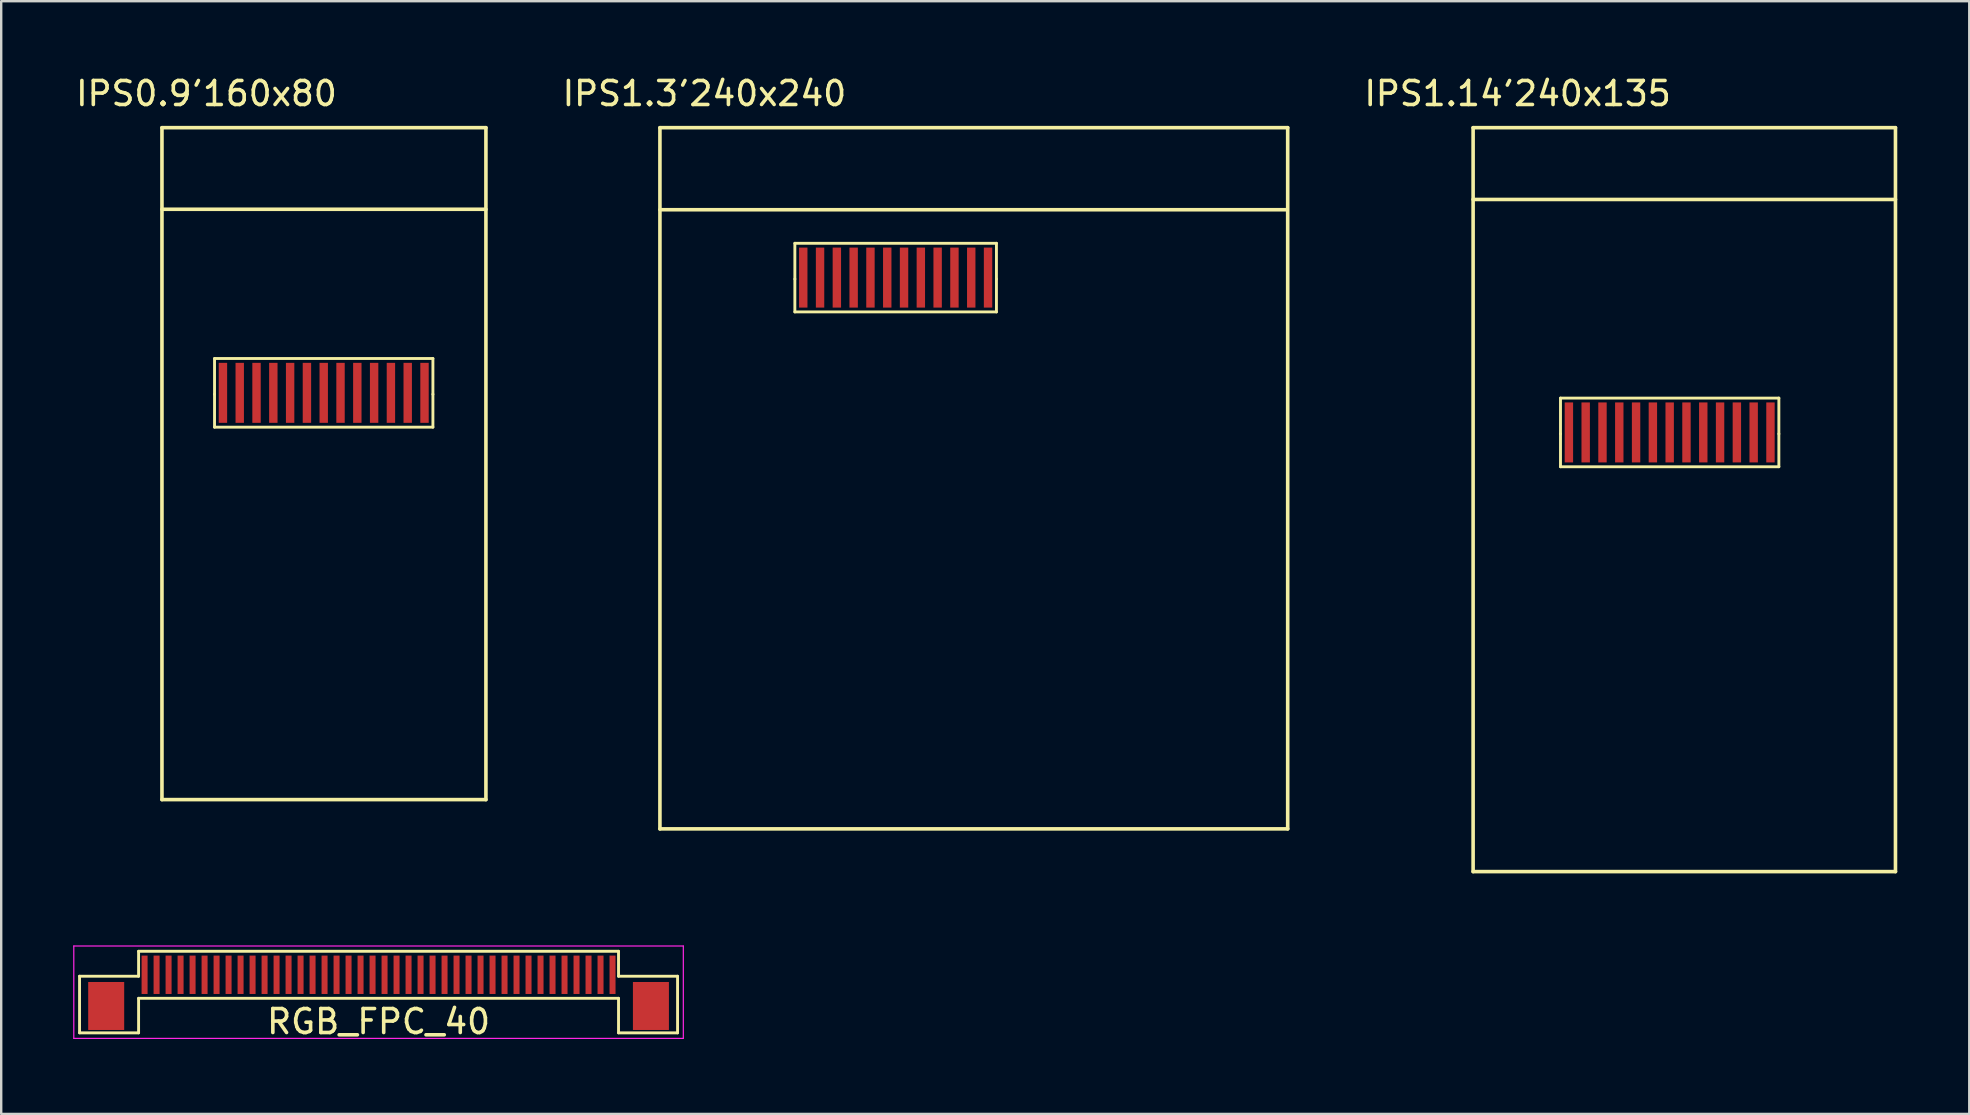
<source format=kicad_pcb>
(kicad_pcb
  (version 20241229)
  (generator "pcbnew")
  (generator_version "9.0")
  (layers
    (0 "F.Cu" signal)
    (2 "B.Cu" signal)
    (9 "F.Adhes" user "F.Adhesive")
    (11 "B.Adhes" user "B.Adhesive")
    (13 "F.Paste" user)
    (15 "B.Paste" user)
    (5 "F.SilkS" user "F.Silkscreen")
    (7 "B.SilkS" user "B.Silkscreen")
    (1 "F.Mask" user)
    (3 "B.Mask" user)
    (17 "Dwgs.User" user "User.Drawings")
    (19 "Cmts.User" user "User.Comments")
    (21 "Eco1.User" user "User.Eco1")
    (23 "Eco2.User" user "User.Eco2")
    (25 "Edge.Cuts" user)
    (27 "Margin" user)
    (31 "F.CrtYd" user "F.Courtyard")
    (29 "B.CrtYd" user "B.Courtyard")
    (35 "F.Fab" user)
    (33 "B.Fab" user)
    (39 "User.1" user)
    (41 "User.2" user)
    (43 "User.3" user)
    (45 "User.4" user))
  (footprint "IPS1.14'240x135"
    (layer "F.Cu")
    (at 65.137 3.921)
    (property "Reference" "IPS1.14'240x135" (at -4.946 -3.072 0) (layer "F.SilkS") (effects (font (size 1 1) (thickness 0.15))))
    (attr smd)
    (fp_line (start -6.8 -1.65) (end -6.8 29.35) (stroke (width 0.15) (type solid)) (layer "F.SilkS"))
    (fp_line (start -6.8 -1.65) (end 10.8 -1.65) (stroke (width 0.15) (type solid)) (layer "F.SilkS"))
    (fp_line (start -6.8 1.34) (end 10.8 1.34) (stroke (width 0.15) (type solid)) (layer "F.SilkS"))
    (fp_line (start -6.8 29.35) (end 10.8 29.35) (stroke (width 0.15) (type solid)) (layer "F.SilkS"))
    (fp_line (start -3.159 9.619) (end 5.941 9.619) (stroke (width 0.12) (type solid)) (layer "F.SilkS"))
    (fp_line (start -3.159 11.109) (end -3.159 9.619) (stroke (width 0.12) (type solid)) (layer "F.SilkS"))
    (fp_line (start -3.159 11.109) (end -3.159 12.479) (stroke (width 0.12) (type solid)) (layer "F.SilkS"))
    (fp_line (start -3.159 12.479) (end 5.941 12.479) (stroke (width 0.12) (type solid)) (layer "F.SilkS"))
    (fp_line (start 5.941 11.109) (end 5.941 9.619) (stroke (width 0.12) (type solid)) (layer "F.SilkS"))
    (fp_line (start 5.941 11.109) (end 5.941 12.479) (stroke (width 0.12) (type solid)) (layer "F.SilkS"))
    (fp_line (start 10.8 -1.65) (end 10.8 29.35) (stroke (width 0.15) (type solid)) (layer "F.SilkS"))
    (pad "1" smd rect (at -2.809 11.049) (size 0.35 2.5) (layers "F.Cu" "F.Mask" "F.Paste"))
    (pad "2" smd rect (at -2.109 11.049) (size 0.35 2.5) (layers "F.Cu" "F.Mask" "F.Paste"))
    (pad "3" smd rect (at -1.409 11.049) (size 0.35 2.5) (layers "F.Cu" "F.Mask" "F.Paste"))
    (pad "4" smd rect (at -0.709 11.049) (size 0.35 2.5) (layers "F.Cu" "F.Mask" "F.Paste"))
    (pad "5" smd rect (at -0.009 11.049) (size 0.35 2.5) (layers "F.Cu" "F.Mask" "F.Paste"))
    (pad "6" smd rect (at 0.691 11.049) (size 0.35 2.5) (layers "F.Cu" "F.Mask" "F.Paste"))
    (pad "7" smd rect (at 1.391 11.049) (size 0.35 2.5) (layers "F.Cu" "F.Mask" "F.Paste"))
    (pad "8" smd rect (at 2.091 11.049) (size 0.35 2.5) (layers "F.Cu" "F.Mask" "F.Paste"))
    (pad "9" smd rect (at 2.791 11.049) (size 0.35 2.5) (layers "F.Cu" "F.Mask" "F.Paste"))
    (pad "10" smd rect (at 3.491 11.049) (size 0.35 2.5) (layers "F.Cu" "F.Mask" "F.Paste"))
    (pad "11" smd rect (at 4.191 11.049) (size 0.35 2.5) (layers "F.Cu" "F.Mask" "F.Paste"))
    (pad "12" smd rect (at 4.891 11.049) (size 0.35 2.5) (layers "F.Cu" "F.Mask" "F.Paste"))
    (pad "13" smd rect (at 5.591 11.049) (size 0.35 2.5) (layers "F.Cu" "F.Mask" "F.Paste")))
  (footprint "IPS0.9'160x80"
    (layer "F.Cu")
    (at 10.499 3.921)
    (property "Reference" "IPS0.9'160x80" (at -4.946 -3.072 0) (layer "F.SilkS") (effects (font (size 1 1) (thickness 0.15))))
    (attr smd)
    (fp_line (start -6.8 -1.65) (end -6.8 26.35) (stroke (width 0.15) (type solid)) (layer "F.SilkS"))
    (fp_line (start -6.8 -1.65) (end 6.7 -1.65) (stroke (width 0.15) (type solid)) (layer "F.SilkS"))
    (fp_line (start -6.8 1.75) (end 6.7 1.75) (stroke (width 0.15) (type solid)) (layer "F.SilkS"))
    (fp_line (start -6.8 26.35) (end 6.7 26.35) (stroke (width 0.15) (type solid)) (layer "F.SilkS"))
    (fp_line (start -4.609 7.969) (end 4.491 7.969) (stroke (width 0.12) (type solid)) (layer "F.SilkS"))
    (fp_line (start -4.609 9.459) (end -4.609 7.969) (stroke (width 0.12) (type solid)) (layer "F.SilkS"))
    (fp_line (start -4.609 9.459) (end -4.609 10.829) (stroke (width 0.12) (type solid)) (layer "F.SilkS"))
    (fp_line (start -4.609 10.829) (end 4.491 10.829) (stroke (width 0.12) (type solid)) (layer "F.SilkS"))
    (fp_line (start 4.491 9.459) (end 4.491 7.969) (stroke (width 0.12) (type solid)) (layer "F.SilkS"))
    (fp_line (start 4.491 9.459) (end 4.491 10.829) (stroke (width 0.12) (type solid)) (layer "F.SilkS"))
    (fp_line (start 6.7 -1.65) (end 6.7 26.35) (stroke (width 0.15) (type solid)) (layer "F.SilkS"))
    (pad "1" smd rect (at -4.259 9.399) (size 0.35 2.5) (layers "F.Cu" "F.Mask" "F.Paste"))
    (pad "2" smd rect (at -3.559 9.399) (size 0.35 2.5) (layers "F.Cu" "F.Mask" "F.Paste"))
    (pad "3" smd rect (at -2.859 9.399) (size 0.35 2.5) (layers "F.Cu" "F.Mask" "F.Paste"))
    (pad "4" smd rect (at -2.159 9.399) (size 0.35 2.5) (layers "F.Cu" "F.Mask" "F.Paste"))
    (pad "5" smd rect (at -1.459 9.399) (size 0.35 2.5) (layers "F.Cu" "F.Mask" "F.Paste"))
    (pad "6" smd rect (at -0.759 9.399) (size 0.35 2.5) (layers "F.Cu" "F.Mask" "F.Paste"))
    (pad "7" smd rect (at -0.059 9.399) (size 0.35 2.5) (layers "F.Cu" "F.Mask" "F.Paste"))
    (pad "8" smd rect (at 0.641 9.399) (size 0.35 2.5) (layers "F.Cu" "F.Mask" "F.Paste"))
    (pad "9" smd rect (at 1.341 9.399) (size 0.35 2.5) (layers "F.Cu" "F.Mask" "F.Paste"))
    (pad "10" smd rect (at 2.041 9.399) (size 0.35 2.5) (layers "F.Cu" "F.Mask" "F.Paste"))
    (pad "11" smd rect (at 2.741 9.399) (size 0.35 2.5) (layers "F.Cu" "F.Mask" "F.Paste"))
    (pad "12" smd rect (at 3.441 9.399) (size 0.35 2.5) (layers "F.Cu" "F.Mask" "F.Paste"))
    (pad "13" smd rect (at 4.141 9.399) (size 0.35 2.5) (layers "F.Cu" "F.Mask" "F.Paste")))
  (footprint "IPS1.3'240x240"
    (layer "F.Cu")
    (at 31.25 3.921)
    (property "Reference" "IPS1.3'240x240" (at -4.946 -3.072 0) (layer "F.SilkS") (effects (font (size 1 1) (thickness 0.15))))
    (attr smd)
    (fp_line (start -6.8 -1.65) (end -6.8 27.57) (stroke (width 0.15) (type solid)) (layer "F.SilkS"))
    (fp_line (start -6.8 -1.65) (end 19.36 -1.65) (stroke (width 0.15) (type solid)) (layer "F.SilkS"))
    (fp_line (start -6.8 1.77) (end 19.337 1.77) (stroke (width 0.15) (type solid)) (layer "F.SilkS"))
    (fp_line (start -6.8 27.57) (end 19.36 27.57) (stroke (width 0.15) (type solid)) (layer "F.SilkS"))
    (fp_line (start -1.177 3.167) (end 7.223 3.167) (stroke (width 0.12) (type solid)) (layer "F.SilkS"))
    (fp_line (start -1.177 4.657) (end -1.177 3.167) (stroke (width 0.12) (type solid)) (layer "F.SilkS"))
    (fp_line (start -1.177 4.657) (end -1.177 6.027) (stroke (width 0.12) (type solid)) (layer "F.SilkS"))
    (fp_line (start -1.177 6.027) (end 7.223 6.027) (stroke (width 0.12) (type solid)) (layer "F.SilkS"))
    (fp_line (start 7.223 4.657) (end 7.223 3.167) (stroke (width 0.12) (type solid)) (layer "F.SilkS"))
    (fp_line (start 7.223 4.657) (end 7.223 6.027) (stroke (width 0.12) (type solid)) (layer "F.SilkS"))
    (fp_line (start 19.36 -1.65) (end 19.36 27.57) (stroke (width 0.15) (type solid)) (layer "F.SilkS"))
    (pad "1" smd rect (at -0.827 4.597) (size 0.35 2.5) (layers "F.Cu" "F.Mask" "F.Paste"))
    (pad "2" smd rect (at -0.127 4.597) (size 0.35 2.5) (layers "F.Cu" "F.Mask" "F.Paste"))
    (pad "3" smd rect (at 0.573 4.597) (size 0.35 2.5) (layers "F.Cu" "F.Mask" "F.Paste"))
    (pad "4" smd rect (at 1.273 4.597) (size 0.35 2.5) (layers "F.Cu" "F.Mask" "F.Paste"))
    (pad "5" smd rect (at 1.973 4.597) (size 0.35 2.5) (layers "F.Cu" "F.Mask" "F.Paste"))
    (pad "6" smd rect (at 2.673 4.597) (size 0.35 2.5) (layers "F.Cu" "F.Mask" "F.Paste"))
    (pad "7" smd rect (at 3.373 4.597) (size 0.35 2.5) (layers "F.Cu" "F.Mask" "F.Paste"))
    (pad "8" smd rect (at 4.073 4.597) (size 0.35 2.5) (layers "F.Cu" "F.Mask" "F.Paste"))
    (pad "9" smd rect (at 4.773 4.597) (size 0.35 2.5) (layers "F.Cu" "F.Mask" "F.Paste"))
    (pad "10" smd rect (at 5.473 4.597) (size 0.35 2.5) (layers "F.Cu" "F.Mask" "F.Paste"))
    (pad "11" smd rect (at 6.173 4.597) (size 0.35 2.5) (layers "F.Cu" "F.Mask" "F.Paste"))
    (pad "12" smd rect (at 6.873 4.597) (size 0.35 2.5) (layers "F.Cu" "F.Mask" "F.Paste")))
  (footprint "RGB_FPC_40"
    (layer "F.Cu")
    (at 12.725 37.571)
    (property "Reference" "RGB_FPC_40" (at 0 1.95 0) (layer "F.SilkS") (effects (font (size 1 1) (thickness 0.15))))
    (attr smd)
    (fp_line (start -12.46 0.06) (end -10 0.06) (stroke (width 0.12) (type solid)) (layer "F.SilkS"))
    (fp_line (start -12.46 2.42) (end -12.46 0.06) (stroke (width 0.12) (type solid)) (layer "F.SilkS"))
    (fp_line (start -10 -0.98) (end 10 -0.98) (stroke (width 0.12) (type solid)) (layer "F.SilkS"))
    (fp_line (start -10 0.06) (end -10 -0.98) (stroke (width 0.12) (type solid)) (layer "F.SilkS"))
    (fp_line (start -10 0.98) (end -10 2.42) (stroke (width 0.12) (type solid)) (layer "F.SilkS"))
    (fp_line (start -10 0.98) (end 10 0.98) (stroke (width 0.12) (type solid)) (layer "F.SilkS"))
    (fp_line (start -10 2.42) (end -12.46 2.42) (stroke (width 0.12) (type solid)) (layer "F.SilkS"))
    (fp_line (start 10 0.06) (end 10 -0.98) (stroke (width 0.12) (type solid)) (layer "F.SilkS"))
    (fp_line (start 10 0.98) (end 10 2.42) (stroke (width 0.12) (type solid)) (layer "F.SilkS"))
    (fp_line (start 10 2.42) (end 12.46 2.42) (stroke (width 0.12) (type solid)) (layer "F.SilkS"))
    (fp_line (start 12.46 0.06) (end 10 0.06) (stroke (width 0.12) (type solid)) (layer "F.SilkS"))
    (fp_line (start 12.46 2.42) (end 12.46 0.06) (stroke (width 0.12) (type solid)) (layer "F.SilkS"))
    (fp_line (start -12.7 -1.2) (end -12.7 2.65) (stroke (width 0.05) (type solid)) (layer "F.CrtYd"))
    (fp_line (start -12.7 -1.2) (end 12.7 -1.2) (stroke (width 0.05) (type solid)) (layer "F.CrtYd"))
    (fp_line (start -12.7 2.65) (end 12.7 2.65) (stroke (width 0.05) (type solid)) (layer "F.CrtYd"))
    (fp_line (start 12.7 -1.2) (end 12.7 2.65) (stroke (width 0.05) (type solid)) (layer "F.CrtYd"))
    (pad "0" smd rect (at -11.35 1.3) (size 1.5 2) (layers "F.Cu" "F.Mask" "F.Paste"))
    (pad "0" smd rect (at 11.35 1.3) (size 1.5 2) (layers "F.Cu" "F.Mask" "F.Paste"))
    (pad "1" smd rect (at -9.75 0) (size 0.25 1.6) (layers "F.Cu" "F.Mask" "F.Paste"))
    (pad "2" smd rect (at -9.25 0) (size 0.25 1.6) (layers "F.Cu" "F.Mask" "F.Paste"))
    (pad "3" smd rect (at -8.75 0) (size 0.25 1.6) (layers "F.Cu" "F.Mask" "F.Paste"))
    (pad "4" smd rect (at -8.25 0) (size 0.25 1.6) (layers "F.Cu" "F.Mask" "F.Paste"))
    (pad "5" smd rect (at -7.75 0) (size 0.25 1.6) (layers "F.Cu" "F.Mask" "F.Paste"))
    (pad "6" smd rect (at -7.25 0) (size 0.25 1.6) (layers "F.Cu" "F.Mask" "F.Paste"))
    (pad "7" smd rect (at -6.75 0) (size 0.25 1.6) (layers "F.Cu" "F.Mask" "F.Paste"))
    (pad "8" smd rect (at -6.25 0) (size 0.25 1.6) (layers "F.Cu" "F.Mask" "F.Paste"))
    (pad "9" smd rect (at -5.75 0) (size 0.25 1.6) (layers "F.Cu" "F.Mask" "F.Paste"))
    (pad "10" smd rect (at -5.25 0) (size 0.25 1.6) (layers "F.Cu" "F.Mask" "F.Paste"))
    (pad "11" smd rect (at -4.75 0) (size 0.25 1.6) (layers "F.Cu" "F.Mask" "F.Paste"))
    (pad "12" smd rect (at -4.25 0) (size 0.25 1.6) (layers "F.Cu" "F.Mask" "F.Paste"))
    (pad "13" smd rect (at -3.75 0) (size 0.25 1.6) (layers "F.Cu" "F.Mask" "F.Paste"))
    (pad "14" smd rect (at -3.25 0) (size 0.25 1.6) (layers "F.Cu" "F.Mask" "F.Paste"))
    (pad "15" smd rect (at -2.75 0) (size 0.25 1.6) (layers "F.Cu" "F.Mask" "F.Paste"))
    (pad "16" smd rect (at -2.25 0) (size 0.25 1.6) (layers "F.Cu" "F.Mask" "F.Paste"))
    (pad "17" smd rect (at -1.75 0) (size 0.25 1.6) (layers "F.Cu" "F.Mask" "F.Paste"))
    (pad "18" smd rect (at -1.25 0) (size 0.25 1.6) (layers "F.Cu" "F.Mask" "F.Paste"))
    (pad "19" smd rect (at -0.75 0) (size 0.25 1.6) (layers "F.Cu" "F.Mask" "F.Paste"))
    (pad "20" smd rect (at -0.25 0) (size 0.25 1.6) (layers "F.Cu" "F.Mask" "F.Paste"))
    (pad "21" smd rect (at 0.25 0) (size 0.25 1.6) (layers "F.Cu" "F.Mask" "F.Paste"))
    (pad "22" smd rect (at 0.75 0) (size 0.25 1.6) (layers "F.Cu" "F.Mask" "F.Paste"))
    (pad "23" smd rect (at 1.25 0) (size 0.25 1.6) (layers "F.Cu" "F.Mask" "F.Paste"))
    (pad "24" smd rect (at 1.75 0) (size 0.25 1.6) (layers "F.Cu" "F.Mask" "F.Paste"))
    (pad "25" smd rect (at 2.25 0) (size 0.25 1.6) (layers "F.Cu" "F.Mask" "F.Paste"))
    (pad "26" smd rect (at 2.75 0) (size 0.25 1.6) (layers "F.Cu" "F.Mask" "F.Paste"))
    (pad "27" smd rect (at 3.25 0) (size 0.25 1.6) (layers "F.Cu" "F.Mask" "F.Paste"))
    (pad "28" smd rect (at 3.75 0) (size 0.25 1.6) (layers "F.Cu" "F.Mask" "F.Paste"))
    (pad "29" smd rect (at 4.25 0) (size 0.25 1.6) (layers "F.Cu" "F.Mask" "F.Paste"))
    (pad "30" smd rect (at 4.75 0) (size 0.25 1.6) (layers "F.Cu" "F.Mask" "F.Paste"))
    (pad "31" smd rect (at 5.25 0) (size 0.25 1.6) (layers "F.Cu" "F.Mask" "F.Paste"))
    (pad "32" smd rect (at 5.75 0) (size 0.25 1.6) (layers "F.Cu" "F.Mask" "F.Paste"))
    (pad "33" smd rect (at 6.25 0) (size 0.25 1.6) (layers "F.Cu" "F.Mask" "F.Paste"))
    (pad "34" smd rect (at 6.75 0) (size 0.25 1.6) (layers "F.Cu" "F.Mask" "F.Paste"))
    (pad "35" smd rect (at 7.25 0) (size 0.25 1.6) (layers "F.Cu" "F.Mask" "F.Paste"))
    (pad "36" smd rect (at 7.75 0) (size 0.25 1.6) (layers "F.Cu" "F.Mask" "F.Paste"))
    (pad "37" smd rect (at 8.25 0) (size 0.25 1.6) (layers "F.Cu" "F.Mask" "F.Paste"))
    (pad "38" smd rect (at 8.75 0) (size 0.25 1.6) (layers "F.Cu" "F.Mask" "F.Paste"))
    (pad "39" smd rect (at 9.25 0) (size 0.25 1.6) (layers "F.Cu" "F.Mask" "F.Paste"))
    (pad "40" smd rect (at 9.75 0) (size 0.25 1.6) (layers "F.Cu" "F.Mask" "F.Paste")))
  (gr_rect
    (start -3 -3)
    (end 79.012 43.369)
    (stroke (width 0.1) (type default))
    (fill no)
    (layer "Edge.Cuts")))
</source>
